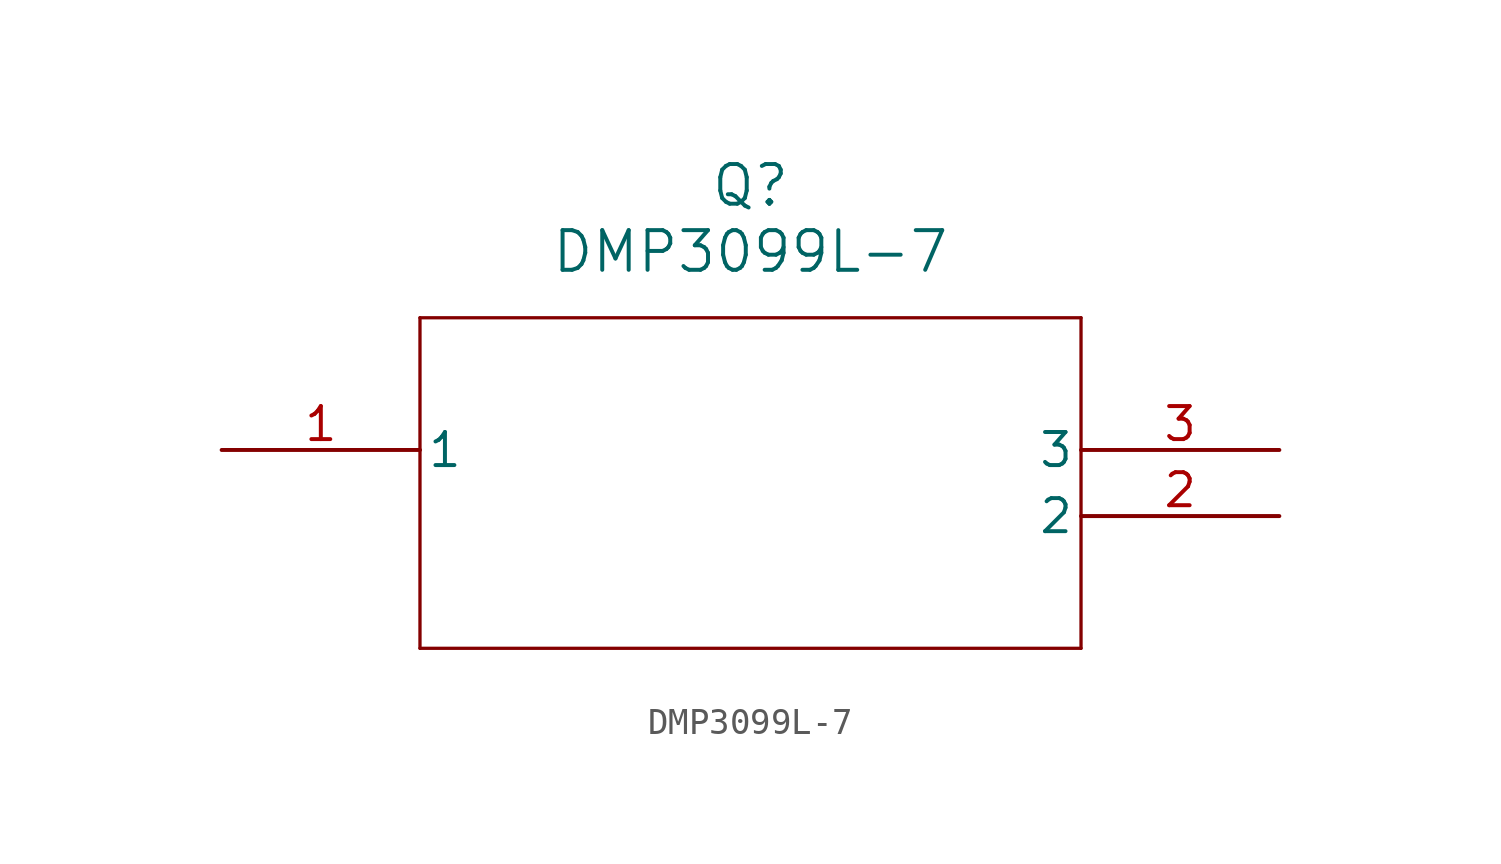
<source format=kicad_sym>
(kicad_symbol_lib
  (version 20211014)
  (generator kicad_symbol_editor)
  (symbol "DMP3099L-7"
    (pin_names
      (offset 0.254))
    (property "Reference" "Q"
      (at 20.32 10.16 0)
      (effects (font (size 1.524 1.524))))
    (property "Value" "DMP3099L-7"
      (at 20.32 7.62 0)
      (effects (font (size 1.524 1.524))))
    (symbol "DMP3099L-7_0_1"
      (polyline (pts (xy 7.62 5.08) (xy 7.62 -7.62)) (stroke (width 0.127) (type default) (color 0 0 0 0)) (fill (type none)))
      (polyline (pts (xy 7.62 -7.62) (xy 33.02 -7.62)) (stroke (width 0.127) (type default) (color 0 0 0 0)) (fill (type none)))
      (polyline (pts (xy 33.02 -7.62) (xy 33.02 5.08)) (stroke (width 0.127) (type default) (color 0 0 0 0)) (fill (type none)))
      (polyline (pts (xy 33.02 5.08) (xy 7.62 5.08)) (stroke (width 0.127) (type default) (color 0 0 0 0)) (fill (type none)))
      (pin unspecified line (at 0 0 0) (length 7.62) (name "1" (effects (font (size 1.27 1.27)))) (number "1" (effects (font (size 1.27 1.27)))))
      (pin unspecified line (at 40.64 -2.54 180) (length 7.62) (name "2" (effects (font (size 1.27 1.27)))) (number "2" (effects (font (size 1.27 1.27)))))
      (pin unspecified line (at 40.64 0 180) (length 7.62) (name "3" (effects (font (size 1.27 1.27)))) (number "3" (effects (font (size 1.27 1.27))))))))
</source>
